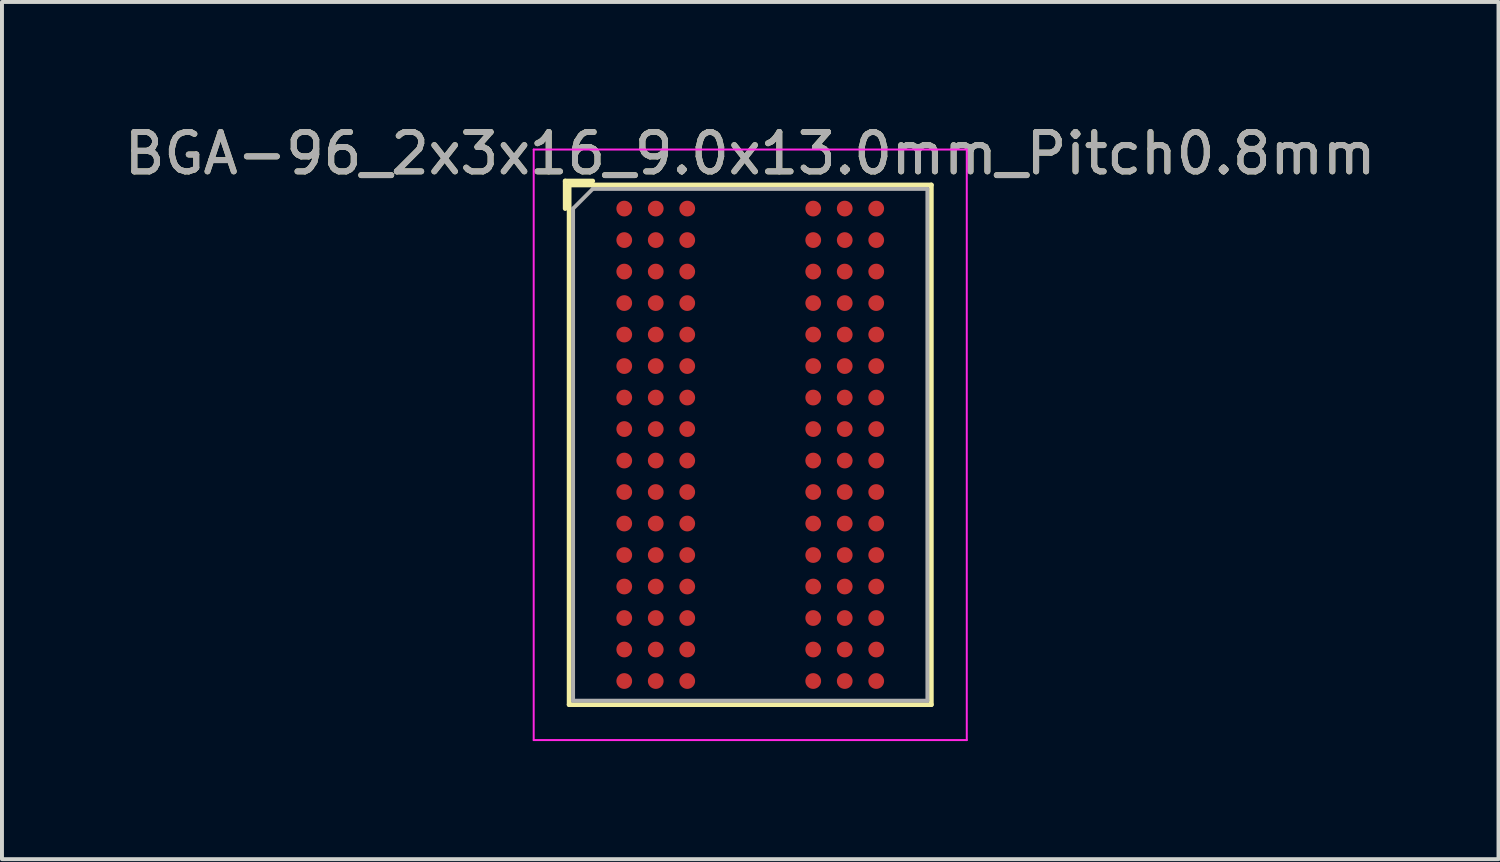
<source format=kicad_pcb>
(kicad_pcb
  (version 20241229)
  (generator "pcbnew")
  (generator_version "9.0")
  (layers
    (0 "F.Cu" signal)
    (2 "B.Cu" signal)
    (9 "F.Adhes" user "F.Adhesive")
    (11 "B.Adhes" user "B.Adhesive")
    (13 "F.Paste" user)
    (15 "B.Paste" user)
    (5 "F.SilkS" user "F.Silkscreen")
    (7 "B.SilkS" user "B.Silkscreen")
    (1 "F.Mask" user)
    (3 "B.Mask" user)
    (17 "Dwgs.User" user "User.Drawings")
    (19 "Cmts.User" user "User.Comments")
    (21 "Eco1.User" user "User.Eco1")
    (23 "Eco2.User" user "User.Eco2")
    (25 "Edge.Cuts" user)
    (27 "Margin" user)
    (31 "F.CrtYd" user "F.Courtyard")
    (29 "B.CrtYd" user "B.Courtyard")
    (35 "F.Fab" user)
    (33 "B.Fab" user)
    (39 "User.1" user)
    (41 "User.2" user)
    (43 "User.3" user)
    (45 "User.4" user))
  (footprint "BGA-96_2x3x16_9.0x13.0mm_Pitch0.8mm"
    (layer "F.Cu")
    (at 16.006 8.248)
    (property "Reference" "BGA-96_2x3x16_9.0x13.0mm_Pitch0.8mm" (at 0 -7.4 0) (layer "F.SilkS") (effects (font (size 1 1) (thickness 0.15))))
    (attr smd)
    (fp_line (start -4.7 -6.7) (end -4.7 -6) (stroke (width 0.12) (type solid)) (layer "F.SilkS"))
    (fp_line (start -4.6 -6.6) (end -4.6 6.6) (stroke (width 0.12) (type solid)) (layer "F.SilkS"))
    (fp_line (start -4.6 6.6) (end 4.6 6.6) (stroke (width 0.12) (type solid)) (layer "F.SilkS"))
    (fp_line (start -4 -6.7) (end -4.7 -6.7) (stroke (width 0.12) (type solid)) (layer "F.SilkS"))
    (fp_line (start 4.6 -6.6) (end -4.6 -6.6) (stroke (width 0.12) (type solid)) (layer "F.SilkS"))
    (fp_line (start 4.6 6.6) (end 4.6 -6.6) (stroke (width 0.12) (type solid)) (layer "F.SilkS"))
    (fp_line (start -5.5 -7.5) (end -5.5 7.5) (stroke (width 0.05) (type solid)) (layer "F.CrtYd"))
    (fp_line (start -5.5 -7.5) (end 5.5 -7.5) (stroke (width 0.05) (type solid)) (layer "F.CrtYd"))
    (fp_line (start 5.5 7.5) (end -5.5 7.5) (stroke (width 0.05) (type solid)) (layer "F.CrtYd"))
    (fp_line (start 5.5 7.5) (end 5.5 -7.5) (stroke (width 0.05) (type solid)) (layer "F.CrtYd"))
    (fp_line (start -4.5 -6) (end -4.5 6.5) (stroke (width 0.1) (type solid)) (layer "F.Fab"))
    (fp_line (start -4.5 6.5) (end 4.5 6.5) (stroke (width 0.1) (type solid)) (layer "F.Fab"))
    (fp_line (start -4 -6.5) (end -4.5 -6) (stroke (width 0.1) (type solid)) (layer "F.Fab"))
    (fp_line (start 4.5 -6.5) (end -4 -6.5) (stroke (width 0.1) (type solid)) (layer "F.Fab"))
    (fp_line (start 4.5 6.5) (end 4.5 -6.5) (stroke (width 0.1) (type solid)) (layer "F.Fab"))
    (fp_text user "${REFERENCE}" (at 0 -7.4 0) (layer "F.Fab") (effects (font (size 1 1) (thickness 0.15))))
    (pad "A1" smd circle (at -3.2 -6) (size 0.4 0.4) (layers "F.Cu" "F.Mask" "F.Paste"))
    (pad "A2" smd circle (at -2.4 -6) (size 0.4 0.4) (layers "F.Cu" "F.Mask" "F.Paste"))
    (pad "A3" smd circle (at -1.6 -6) (size 0.4 0.4) (layers "F.Cu" "F.Mask" "F.Paste"))
    (pad "A7" smd circle (at 1.6 -6) (size 0.4 0.4) (layers "F.Cu" "F.Mask" "F.Paste"))
    (pad "A8" smd circle (at 2.4 -6) (size 0.4 0.4) (layers "F.Cu" "F.Mask" "F.Paste"))
    (pad "A9" smd circle (at 3.2 -6) (size 0.4 0.4) (layers "F.Cu" "F.Mask" "F.Paste"))
    (pad "B1" smd circle (at -3.2 -5.2) (size 0.4 0.4) (layers "F.Cu" "F.Mask" "F.Paste"))
    (pad "B2" smd circle (at -2.4 -5.2) (size 0.4 0.4) (layers "F.Cu" "F.Mask" "F.Paste"))
    (pad "B3" smd circle (at -1.6 -5.2) (size 0.4 0.4) (layers "F.Cu" "F.Mask" "F.Paste"))
    (pad "B7" smd circle (at 1.6 -5.2) (size 0.4 0.4) (layers "F.Cu" "F.Mask" "F.Paste"))
    (pad "B8" smd circle (at 2.4 -5.2) (size 0.4 0.4) (layers "F.Cu" "F.Mask" "F.Paste"))
    (pad "B9" smd circle (at 3.2 -5.2) (size 0.4 0.4) (layers "F.Cu" "F.Mask" "F.Paste"))
    (pad "C1" smd circle (at -3.2 -4.4) (size 0.4 0.4) (layers "F.Cu" "F.Mask" "F.Paste"))
    (pad "C2" smd circle (at -2.4 -4.4) (size 0.4 0.4) (layers "F.Cu" "F.Mask" "F.Paste"))
    (pad "C3" smd circle (at -1.6 -4.4) (size 0.4 0.4) (layers "F.Cu" "F.Mask" "F.Paste"))
    (pad "C7" smd circle (at 1.6 -4.4) (size 0.4 0.4) (layers "F.Cu" "F.Mask" "F.Paste"))
    (pad "C8" smd circle (at 2.4 -4.4) (size 0.4 0.4) (layers "F.Cu" "F.Mask" "F.Paste"))
    (pad "C9" smd circle (at 3.2 -4.4) (size 0.4 0.4) (layers "F.Cu" "F.Mask" "F.Paste"))
    (pad "D1" smd circle (at -3.2 -3.6) (size 0.4 0.4) (layers "F.Cu" "F.Mask" "F.Paste"))
    (pad "D2" smd circle (at -2.4 -3.6) (size 0.4 0.4) (layers "F.Cu" "F.Mask" "F.Paste"))
    (pad "D3" smd circle (at -1.6 -3.6) (size 0.4 0.4) (layers "F.Cu" "F.Mask" "F.Paste"))
    (pad "D7" smd circle (at 1.6 -3.6) (size 0.4 0.4) (layers "F.Cu" "F.Mask" "F.Paste"))
    (pad "D8" smd circle (at 2.4 -3.6) (size 0.4 0.4) (layers "F.Cu" "F.Mask" "F.Paste"))
    (pad "D9" smd circle (at 3.2 -3.6) (size 0.4 0.4) (layers "F.Cu" "F.Mask" "F.Paste"))
    (pad "E1" smd circle (at -3.2 -2.8) (size 0.4 0.4) (layers "F.Cu" "F.Mask" "F.Paste"))
    (pad "E2" smd circle (at -2.4 -2.8) (size 0.4 0.4) (layers "F.Cu" "F.Mask" "F.Paste"))
    (pad "E3" smd circle (at -1.6 -2.8) (size 0.4 0.4) (layers "F.Cu" "F.Mask" "F.Paste"))
    (pad "E7" smd circle (at 1.6 -2.8) (size 0.4 0.4) (layers "F.Cu" "F.Mask" "F.Paste"))
    (pad "E8" smd circle (at 2.4 -2.8) (size 0.4 0.4) (layers "F.Cu" "F.Mask" "F.Paste"))
    (pad "E9" smd circle (at 3.2 -2.8) (size 0.4 0.4) (layers "F.Cu" "F.Mask" "F.Paste"))
    (pad "F1" smd circle (at -3.2 -2) (size 0.4 0.4) (layers "F.Cu" "F.Mask" "F.Paste"))
    (pad "F2" smd circle (at -2.4 -2) (size 0.4 0.4) (layers "F.Cu" "F.Mask" "F.Paste"))
    (pad "F3" smd circle (at -1.6 -2) (size 0.4 0.4) (layers "F.Cu" "F.Mask" "F.Paste"))
    (pad "F7" smd circle (at 1.6 -2) (size 0.4 0.4) (layers "F.Cu" "F.Mask" "F.Paste"))
    (pad "F8" smd circle (at 2.4 -2) (size 0.4 0.4) (layers "F.Cu" "F.Mask" "F.Paste"))
    (pad "F9" smd circle (at 3.2 -2) (size 0.4 0.4) (layers "F.Cu" "F.Mask" "F.Paste"))
    (pad "G1" smd circle (at -3.2 -1.2) (size 0.4 0.4) (layers "F.Cu" "F.Mask" "F.Paste"))
    (pad "G2" smd circle (at -2.4 -1.2) (size 0.4 0.4) (layers "F.Cu" "F.Mask" "F.Paste"))
    (pad "G3" smd circle (at -1.6 -1.2) (size 0.4 0.4) (layers "F.Cu" "F.Mask" "F.Paste"))
    (pad "G7" smd circle (at 1.6 -1.2) (size 0.4 0.4) (layers "F.Cu" "F.Mask" "F.Paste"))
    (pad "G8" smd circle (at 2.4 -1.2) (size 0.4 0.4) (layers "F.Cu" "F.Mask" "F.Paste"))
    (pad "G9" smd circle (at 3.2 -1.2) (size 0.4 0.4) (layers "F.Cu" "F.Mask" "F.Paste"))
    (pad "H1" smd circle (at -3.2 -0.4) (size 0.4 0.4) (layers "F.Cu" "F.Mask" "F.Paste"))
    (pad "H2" smd circle (at -2.4 -0.4) (size 0.4 0.4) (layers "F.Cu" "F.Mask" "F.Paste"))
    (pad "H3" smd circle (at -1.6 -0.4) (size 0.4 0.4) (layers "F.Cu" "F.Mask" "F.Paste"))
    (pad "H7" smd circle (at 1.6 -0.4) (size 0.4 0.4) (layers "F.Cu" "F.Mask" "F.Paste"))
    (pad "H8" smd circle (at 2.4 -0.4) (size 0.4 0.4) (layers "F.Cu" "F.Mask" "F.Paste"))
    (pad "H9" smd circle (at 3.2 -0.4) (size 0.4 0.4) (layers "F.Cu" "F.Mask" "F.Paste"))
    (pad "J1" smd circle (at -3.2 0.4) (size 0.4 0.4) (layers "F.Cu" "F.Mask" "F.Paste"))
    (pad "J2" smd circle (at -2.4 0.4) (size 0.4 0.4) (layers "F.Cu" "F.Mask" "F.Paste"))
    (pad "J3" smd circle (at -1.6 0.4) (size 0.4 0.4) (layers "F.Cu" "F.Mask" "F.Paste"))
    (pad "J7" smd circle (at 1.6 0.4) (size 0.4 0.4) (layers "F.Cu" "F.Mask" "F.Paste"))
    (pad "J8" smd circle (at 2.4 0.4) (size 0.4 0.4) (layers "F.Cu" "F.Mask" "F.Paste"))
    (pad "J9" smd circle (at 3.2 0.4) (size 0.4 0.4) (layers "F.Cu" "F.Mask" "F.Paste"))
    (pad "K1" smd circle (at -3.2 1.2) (size 0.4 0.4) (layers "F.Cu" "F.Mask" "F.Paste"))
    (pad "K2" smd circle (at -2.4 1.2) (size 0.4 0.4) (layers "F.Cu" "F.Mask" "F.Paste"))
    (pad "K3" smd circle (at -1.6 1.2) (size 0.4 0.4) (layers "F.Cu" "F.Mask" "F.Paste"))
    (pad "K7" smd circle (at 1.6 1.2) (size 0.4 0.4) (layers "F.Cu" "F.Mask" "F.Paste"))
    (pad "K8" smd circle (at 2.4 1.2) (size 0.4 0.4) (layers "F.Cu" "F.Mask" "F.Paste"))
    (pad "K9" smd circle (at 3.2 1.2) (size 0.4 0.4) (layers "F.Cu" "F.Mask" "F.Paste"))
    (pad "L1" smd circle (at -3.2 2) (size 0.4 0.4) (layers "F.Cu" "F.Mask" "F.Paste"))
    (pad "L2" smd circle (at -2.4 2) (size 0.4 0.4) (layers "F.Cu" "F.Mask" "F.Paste"))
    (pad "L3" smd circle (at -1.6 2) (size 0.4 0.4) (layers "F.Cu" "F.Mask" "F.Paste"))
    (pad "L7" smd circle (at 1.6 2) (size 0.4 0.4) (layers "F.Cu" "F.Mask" "F.Paste"))
    (pad "L8" smd circle (at 2.4 2) (size 0.4 0.4) (layers "F.Cu" "F.Mask" "F.Paste"))
    (pad "L9" smd circle (at 3.2 2) (size 0.4 0.4) (layers "F.Cu" "F.Mask" "F.Paste"))
    (pad "M1" smd circle (at -3.2 2.8) (size 0.4 0.4) (layers "F.Cu" "F.Mask" "F.Paste"))
    (pad "M2" smd circle (at -2.4 2.8) (size 0.4 0.4) (layers "F.Cu" "F.Mask" "F.Paste"))
    (pad "M3" smd circle (at -1.6 2.8) (size 0.4 0.4) (layers "F.Cu" "F.Mask" "F.Paste"))
    (pad "M7" smd circle (at 1.6 2.8) (size 0.4 0.4) (layers "F.Cu" "F.Mask" "F.Paste"))
    (pad "M8" smd circle (at 2.4 2.8) (size 0.4 0.4) (layers "F.Cu" "F.Mask" "F.Paste"))
    (pad "M9" smd circle (at 3.2 2.8) (size 0.4 0.4) (layers "F.Cu" "F.Mask" "F.Paste"))
    (pad "N1" smd circle (at -3.2 3.6) (size 0.4 0.4) (layers "F.Cu" "F.Mask" "F.Paste"))
    (pad "N2" smd circle (at -2.4 3.6) (size 0.4 0.4) (layers "F.Cu" "F.Mask" "F.Paste"))
    (pad "N3" smd circle (at -1.6 3.6) (size 0.4 0.4) (layers "F.Cu" "F.Mask" "F.Paste"))
    (pad "N7" smd circle (at 1.6 3.6) (size 0.4 0.4) (layers "F.Cu" "F.Mask" "F.Paste"))
    (pad "N8" smd circle (at 2.4 3.6) (size 0.4 0.4) (layers "F.Cu" "F.Mask" "F.Paste"))
    (pad "N9" smd circle (at 3.2 3.6) (size 0.4 0.4) (layers "F.Cu" "F.Mask" "F.Paste"))
    (pad "P1" smd circle (at -3.2 4.4) (size 0.4 0.4) (layers "F.Cu" "F.Mask" "F.Paste"))
    (pad "P2" smd circle (at -2.4 4.4) (size 0.4 0.4) (layers "F.Cu" "F.Mask" "F.Paste"))
    (pad "P3" smd circle (at -1.6 4.4) (size 0.4 0.4) (layers "F.Cu" "F.Mask" "F.Paste"))
    (pad "P7" smd circle (at 1.6 4.4) (size 0.4 0.4) (layers "F.Cu" "F.Mask" "F.Paste"))
    (pad "P8" smd circle (at 2.4 4.4) (size 0.4 0.4) (layers "F.Cu" "F.Mask" "F.Paste"))
    (pad "P9" smd circle (at 3.2 4.4) (size 0.4 0.4) (layers "F.Cu" "F.Mask" "F.Paste"))
    (pad "R1" smd circle (at -3.2 5.2) (size 0.4 0.4) (layers "F.Cu" "F.Mask" "F.Paste"))
    (pad "R2" smd circle (at -2.4 5.2) (size 0.4 0.4) (layers "F.Cu" "F.Mask" "F.Paste"))
    (pad "R3" smd circle (at -1.6 5.2) (size 0.4 0.4) (layers "F.Cu" "F.Mask" "F.Paste"))
    (pad "R7" smd circle (at 1.6 5.2) (size 0.4 0.4) (layers "F.Cu" "F.Mask" "F.Paste"))
    (pad "R8" smd circle (at 2.4 5.2) (size 0.4 0.4) (layers "F.Cu" "F.Mask" "F.Paste"))
    (pad "R9" smd circle (at 3.2 5.2) (size 0.4 0.4) (layers "F.Cu" "F.Mask" "F.Paste"))
    (pad "T1" smd circle (at -3.2 6) (size 0.4 0.4) (layers "F.Cu" "F.Mask" "F.Paste"))
    (pad "T2" smd circle (at -2.4 6) (size 0.4 0.4) (layers "F.Cu" "F.Mask" "F.Paste"))
    (pad "T3" smd circle (at -1.6 6) (size 0.4 0.4) (layers "F.Cu" "F.Mask" "F.Paste"))
    (pad "T7" smd circle (at 1.6 6) (size 0.4 0.4) (layers "F.Cu" "F.Mask" "F.Paste"))
    (pad "T8" smd circle (at 2.4 6) (size 0.4 0.4) (layers "F.Cu" "F.Mask" "F.Paste"))
    (pad "T9" smd circle (at 3.2 6) (size 0.4 0.4) (layers "F.Cu" "F.Mask" "F.Paste")))
  (gr_rect
    (start -3 -3)
    (end 35.012 18.773)
    (stroke (width 0.1) (type default))
    (fill no)
    (layer "Edge.Cuts")))
</source>
